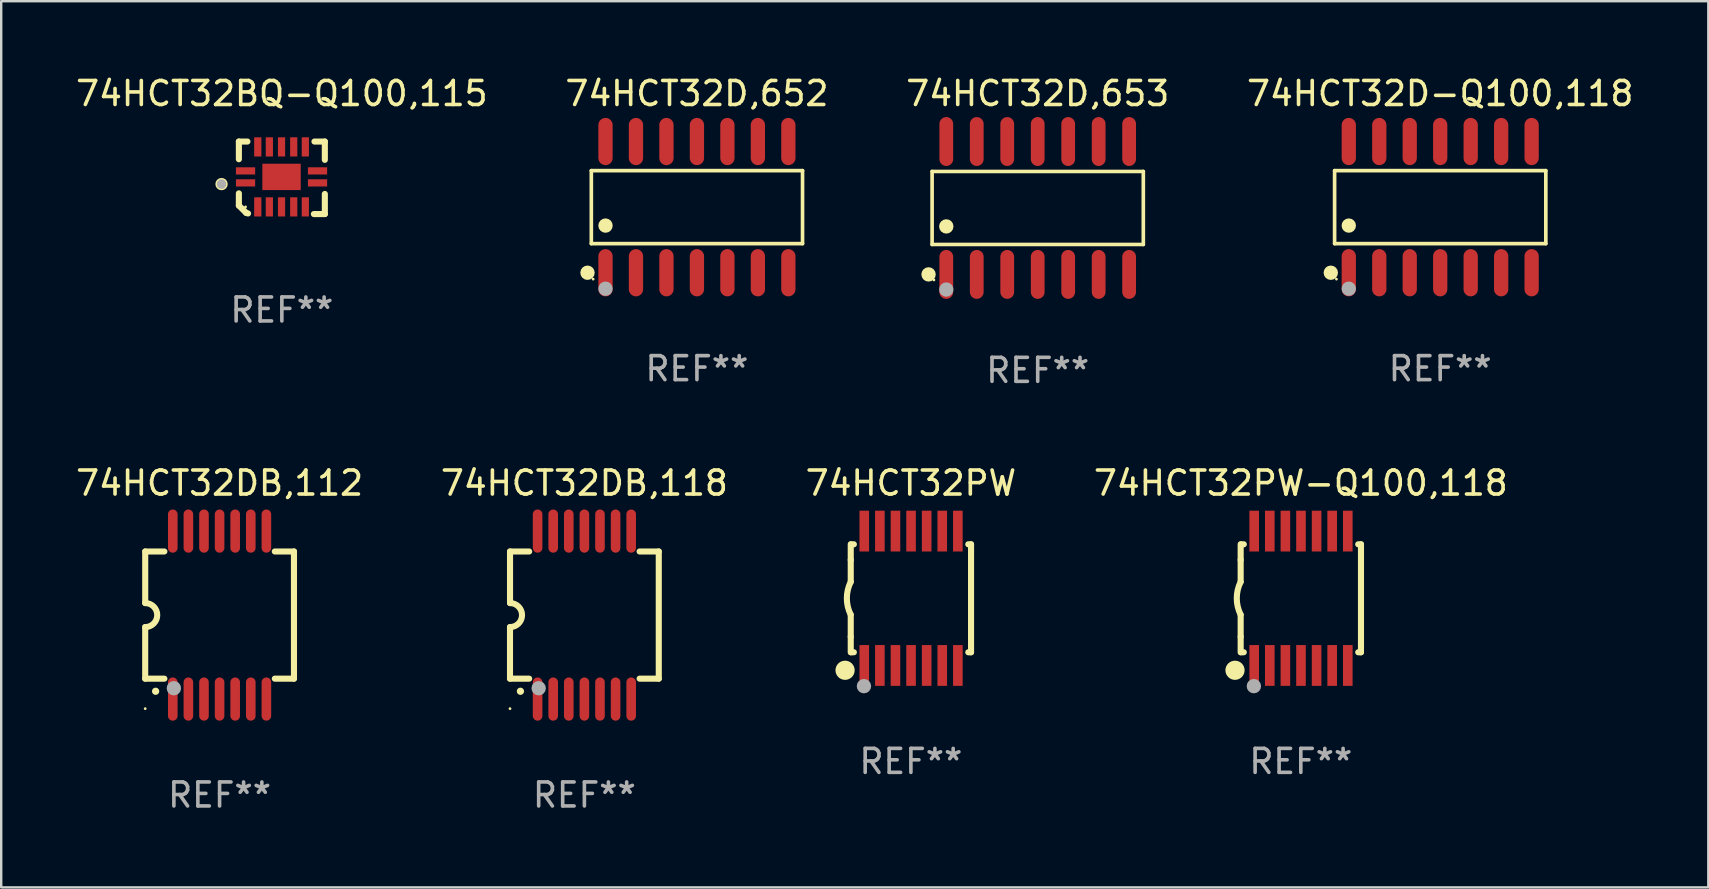
<source format=kicad_pcb>
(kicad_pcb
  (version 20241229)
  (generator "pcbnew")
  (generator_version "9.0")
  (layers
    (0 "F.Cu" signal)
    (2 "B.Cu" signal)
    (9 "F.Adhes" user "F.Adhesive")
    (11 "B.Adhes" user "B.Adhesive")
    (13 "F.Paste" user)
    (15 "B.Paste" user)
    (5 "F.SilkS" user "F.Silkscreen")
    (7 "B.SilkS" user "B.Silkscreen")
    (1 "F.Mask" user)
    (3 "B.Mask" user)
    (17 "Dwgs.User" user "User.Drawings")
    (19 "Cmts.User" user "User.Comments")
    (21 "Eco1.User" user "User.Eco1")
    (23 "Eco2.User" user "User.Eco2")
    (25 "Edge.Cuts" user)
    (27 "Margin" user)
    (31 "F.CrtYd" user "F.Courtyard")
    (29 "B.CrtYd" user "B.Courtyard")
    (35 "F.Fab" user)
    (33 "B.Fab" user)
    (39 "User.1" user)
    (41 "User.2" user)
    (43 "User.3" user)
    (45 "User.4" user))
  (footprint "74HCT32BQ-Q100,115"
    (layer "F.Cu")
    (at 8.696 4.36)
    (property "Reference" "74HCT32BQ-Q100,115" (at 0 -3.511 0) (layer "F.SilkS") (effects (font (size 1 1) (thickness 0.15))))
    (attr through_hole)
    (fp_line (start -1.791 -1.511) (end -1.435 -1.511) (stroke (width 0.254) (type solid)) (layer "F.SilkS"))
    (fp_line (start -1.791 -0.775) (end -1.791 -1.511) (stroke (width 0.254) (type solid)) (layer "F.SilkS"))
    (fp_line (start -1.791 1.156) (end -1.791 0.648) (stroke (width 0.254) (type solid)) (layer "F.SilkS"))
    (fp_line (start -1.486 1.461) (end -1.791 1.156) (stroke (width 0.254) (type solid)) (layer "F.SilkS"))
    (fp_line (start -1.41 1.486) (end -1.486 1.461) (stroke (width 0.254) (type solid)) (layer "F.SilkS"))
    (fp_line (start 1.334 1.511) (end 1.791 1.511) (stroke (width 0.254) (type solid)) (layer "F.SilkS"))
    (fp_line (start 1.791 -1.511) (end 1.359 -1.511) (stroke (width 0.254) (type solid)) (layer "F.SilkS"))
    (fp_line (start 1.791 -0.749) (end 1.791 -1.511) (stroke (width 0.254) (type solid)) (layer "F.SilkS"))
    (fp_line (start 1.791 1.511) (end 1.791 0.673) (stroke (width 0.254) (type solid)) (layer "F.SilkS"))
    (fp_circle (center -2.513 0.262) (end -2.383 0.262) (stroke (width 0.254) (type solid)) (fill no) (layer "F.SilkS"))
    (fp_circle (center -1.513 1.212) (end -1.483 1.212) (stroke (width 0.06) (type solid)) (fill no) (layer "F.SilkS"))
    (fp_circle (center -2.513 0.262) (end -2.413 0.262) (stroke (width 0.2) (type solid)) (fill no) (layer "F.Fab"))
    (fp_text user "REF**" (at 0 5.511 0) (layer "F.Fab") (effects (font (size 1 1) (thickness 0.15))))
    (pad "1" smd rect (at -1.513 0.212) (size 0.8 0.3) (layers "F.Cu" "F.Mask" "F.Paste"))
    (pad "2" smd rect (at -1.003 1.212) (size 0.3 0.8) (layers "F.Cu" "F.Mask" "F.Paste"))
    (pad "3" smd rect (at -0.521 1.212) (size 0.3 0.8) (layers "F.Cu" "F.Mask" "F.Paste"))
    (pad "4" smd rect (at -0.013 1.212) (size 0.3 0.8) (layers "F.Cu" "F.Mask" "F.Paste"))
    (pad "5" smd rect (at 0.495 1.212) (size 0.3 0.8) (layers "F.Cu" "F.Mask" "F.Paste"))
    (pad "6" smd rect (at 0.978 1.212) (size 0.3 0.8) (layers "F.Cu" "F.Mask" "F.Paste"))
    (pad "7" smd rect (at 1.487 0.212) (size 0.8 0.3) (layers "F.Cu" "F.Mask" "F.Paste"))
    (pad "8" smd rect (at 1.487 -0.288) (size 0.8 0.3) (layers "F.Cu" "F.Mask" "F.Paste"))
    (pad "9" smd rect (at 0.978 -1.288) (size 0.3 0.8) (layers "F.Cu" "F.Mask" "F.Paste"))
    (pad "10" smd rect (at 0.495 -1.288) (size 0.3 0.8) (layers "F.Cu" "F.Mask" "F.Paste"))
    (pad "11" smd rect (at -0.013 -1.288) (size 0.3 0.8) (layers "F.Cu" "F.Mask" "F.Paste"))
    (pad "12" smd rect (at -0.521 -1.288) (size 0.3 0.8) (layers "F.Cu" "F.Mask" "F.Paste"))
    (pad "13" smd rect (at -1.003 -1.288) (size 0.3 0.8) (layers "F.Cu" "F.Mask" "F.Paste"))
    (pad "14" smd rect (at -1.513 -0.288) (size 0.8 0.3) (layers "F.Cu" "F.Mask" "F.Paste"))
    (pad "15" smd rect (at -0.013 -0.038 90) (size 1.1 1.6) (layers "F.Cu" "F.Mask" "F.Paste")))
  (footprint "74HCT32DB,118"
    (layer "F.Cu")
    (at 21.304 22.583)
    (property "Reference" "74HCT32DB,118" (at 0 -5.5 0) (layer "F.SilkS") (effects (font (size 1 1) (thickness 0.15))))
    (attr through_hole)
    (fp_line (start -3.1 2.65) (end -3.1 0.5) (stroke (width 0.254) (type solid)) (layer "F.SilkS"))
    (fp_line (start -3.099 -2.65) (end -2.301 -2.65) (stroke (width 0.254) (type solid)) (layer "F.SilkS"))
    (fp_line (start -3.099 -0.5) (end -3.099 -2.65) (stroke (width 0.254) (type solid)) (layer "F.SilkS"))
    (fp_line (start -2.301 2.65) (end -3.1 2.65) (stroke (width 0.254) (type solid)) (layer "F.SilkS"))
    (fp_line (start 2.301 -2.65) (end 3.1 -2.65) (stroke (width 0.254) (type solid)) (layer "F.SilkS"))
    (fp_line (start 3.1 -2.65) (end 3.1 2.65) (stroke (width 0.254) (type solid)) (layer "F.SilkS"))
    (fp_line (start 3.1 2.65) (end 2.301 2.65) (stroke (width 0.254) (type solid)) (layer "F.SilkS"))
    (fp_arc (start -3.098806 -0.500381) (mid -2.598806 0) (end -3.098806 0.500381) (stroke (width 0.254001) (type solid)) (layer "F.SilkS"))
    (fp_arc (start -2.667005 3.175006) (mid -2.665735 3.175001) (end -2.664465 3.175006) (stroke (width 0.3) (type solid)) (layer "F.SilkS"))
    (fp_circle (center -3.1 3.9) (end -3.07 3.9) (stroke (width 0.06) (type solid)) (fill no) (layer "F.SilkS"))
    (fp_circle (center -1.905 3.048) (end -1.755 3.048) (stroke (width 0.3) (type solid)) (fill no) (layer "F.Fab"))
    (fp_text user "REF**" (at 0 7.5 0) (layer "F.Fab") (effects (font (size 1 1) (thickness 0.15))))
    (pad "1" smd oval (at -1.95 3.5 270) (size 1.8 0.4) (layers "F.Cu" "F.Mask" "F.Paste"))
    (pad "2" smd oval (at -1.3 3.5 270) (size 1.8 0.4) (layers "F.Cu" "F.Mask" "F.Paste"))
    (pad "3" smd oval (at -0.65 3.5 270) (size 1.8 0.4) (layers "F.Cu" "F.Mask" "F.Paste"))
    (pad "4" smd oval (at 0 3.5 270) (size 1.8 0.4) (layers "F.Cu" "F.Mask" "F.Paste"))
    (pad "5" smd oval (at 0.65 3.5 270) (size 1.8 0.4) (layers "F.Cu" "F.Mask" "F.Paste"))
    (pad "6" smd oval (at 1.3 3.5 270) (size 1.8 0.4) (layers "F.Cu" "F.Mask" "F.Paste"))
    (pad "7" smd oval (at 1.95 3.5 270) (size 1.8 0.4) (layers "F.Cu" "F.Mask" "F.Paste"))
    (pad "8" smd oval (at 1.95 -3.5 90) (size 1.8 0.4) (layers "F.Cu" "F.Mask" "F.Paste"))
    (pad "9" smd oval (at 1.3 -3.5 90) (size 1.8 0.4) (layers "F.Cu" "F.Mask" "F.Paste"))
    (pad "10" smd oval (at 0.65 -3.5 90) (size 1.8 0.4) (layers "F.Cu" "F.Mask" "F.Paste"))
    (pad "11" smd oval (at 0 -3.5 90) (size 1.8 0.4) (layers "F.Cu" "F.Mask" "F.Paste"))
    (pad "12" smd oval (at -0.65 -3.5 90) (size 1.8 0.4) (layers "F.Cu" "F.Mask" "F.Paste"))
    (pad "13" smd oval (at -1.3 -3.5 90) (size 1.8 0.4) (layers "F.Cu" "F.Mask" "F.Paste"))
    (pad "14" smd oval (at -1.95 -3.5 90) (size 1.8 0.4) (layers "F.Cu" "F.Mask" "F.Paste")))
  (footprint "74HCT32PW-Q100,118"
    (layer "F.Cu")
    (at 51.161 21.883)
    (property "Reference" "74HCT32PW-Q100,118" (at 0 -4.8 0) (layer "F.SilkS") (effects (font (size 1 1) (thickness 0.15))))
    (attr through_hole)
    (fp_line (start -2.507 -1.6) (end -2.507 -2.25) (stroke (width 0.254) (type solid)) (layer "F.SilkS"))
    (fp_line (start -2.507 -0.686) (end -2.507 -1.6) (stroke (width 0.254) (type solid)) (layer "F.SilkS"))
    (fp_line (start -2.507 1.6) (end -2.507 0.686) (stroke (width 0.254) (type solid)) (layer "F.SilkS"))
    (fp_line (start -2.507 1.6) (end -2.507 2.25) (stroke (width 0.254) (type solid)) (layer "F.SilkS"))
    (fp_line (start -2.493 -2.25) (end -2.377 -2.25) (stroke (width 0.254) (type solid)) (layer "F.SilkS"))
    (fp_line (start -2.377 2.25) (end -2.493 2.25) (stroke (width 0.254) (type solid)) (layer "F.SilkS"))
    (fp_line (start 2.392 -2.25) (end 2.507 -2.25) (stroke (width 0.254) (type solid)) (layer "F.SilkS"))
    (fp_line (start 2.507 -2.25) (end 2.507 2.25) (stroke (width 0.254) (type solid)) (layer "F.SilkS"))
    (fp_line (start 2.507 2.25) (end 2.392 2.25) (stroke (width 0.254) (type solid)) (layer "F.SilkS"))
    (fp_arc (start -2.507303 0.685802) (mid -2.669199 0) (end -2.507303 -0.685801) (stroke (width 0.254001) (type solid)) (layer "F.SilkS"))
    (fp_circle (center -2.743 3) (end -2.543 3) (stroke (width 0.4) (type solid)) (fill no) (layer "F.SilkS"))
    (fp_circle (center -2.493 3.2) (end -2.463 3.2) (stroke (width 0.06) (type solid)) (fill no) (layer "F.SilkS"))
    (fp_circle (center -1.957 3.662) (end -1.807 3.662) (stroke (width 0.3) (type solid)) (fill no) (layer "F.Fab"))
    (fp_text user "REF**" (at 0 6.8 0) (layer "F.Fab") (effects (font (size 1 1) (thickness 0.15))))
    (pad "1" smd rect (at -1.943 2.8) (size 0.4 1.7) (layers "F.Cu" "F.Mask" "F.Paste"))
    (pad "2" smd rect (at -1.293 2.8) (size 0.4 1.7) (layers "F.Cu" "F.Mask" "F.Paste"))
    (pad "3" smd rect (at -0.643 2.8) (size 0.4 1.7) (layers "F.Cu" "F.Mask" "F.Paste"))
    (pad "4" smd rect (at 0.007 2.8) (size 0.4 1.7) (layers "F.Cu" "F.Mask" "F.Paste"))
    (pad "5" smd rect (at 0.657 2.8) (size 0.4 1.7) (layers "F.Cu" "F.Mask" "F.Paste"))
    (pad "6" smd rect (at 1.307 2.8) (size 0.4 1.7) (layers "F.Cu" "F.Mask" "F.Paste"))
    (pad "7" smd rect (at 1.957 2.8) (size 0.4 1.7) (layers "F.Cu" "F.Mask" "F.Paste"))
    (pad "8" smd rect (at 1.957 -2.8) (size 0.4 1.7) (layers "F.Cu" "F.Mask" "F.Paste"))
    (pad "9" smd rect (at 1.307 -2.8) (size 0.4 1.7) (layers "F.Cu" "F.Mask" "F.Paste"))
    (pad "10" smd rect (at 0.657 -2.8) (size 0.4 1.7) (layers "F.Cu" "F.Mask" "F.Paste"))
    (pad "11" smd rect (at 0.007 -2.8) (size 0.4 1.7) (layers "F.Cu" "F.Mask" "F.Paste"))
    (pad "12" smd rect (at -0.643 -2.8) (size 0.4 1.7) (layers "F.Cu" "F.Mask" "F.Paste"))
    (pad "13" smd rect (at -1.293 -2.8) (size 0.4 1.7) (layers "F.Cu" "F.Mask" "F.Paste"))
    (pad "14" smd rect (at -1.943 -2.8) (size 0.4 1.7) (layers "F.Cu" "F.Mask" "F.Paste")))
  (footprint "74HCT32DB,112"
    (layer "F.Cu")
    (at 6.101 22.583)
    (property "Reference" "74HCT32DB,112" (at 0 -5.5 0) (layer "F.SilkS") (effects (font (size 1 1) (thickness 0.15))))
    (attr through_hole)
    (fp_line (start -3.1 2.65) (end -3.1 0.5) (stroke (width 0.254) (type solid)) (layer "F.SilkS"))
    (fp_line (start -3.099 -2.65) (end -2.301 -2.65) (stroke (width 0.254) (type solid)) (layer "F.SilkS"))
    (fp_line (start -3.099 -0.5) (end -3.099 -2.65) (stroke (width 0.254) (type solid)) (layer "F.SilkS"))
    (fp_line (start -2.301 2.65) (end -3.1 2.65) (stroke (width 0.254) (type solid)) (layer "F.SilkS"))
    (fp_line (start 2.301 -2.65) (end 3.1 -2.65) (stroke (width 0.254) (type solid)) (layer "F.SilkS"))
    (fp_line (start 3.1 -2.65) (end 3.1 2.65) (stroke (width 0.254) (type solid)) (layer "F.SilkS"))
    (fp_line (start 3.1 2.65) (end 2.301 2.65) (stroke (width 0.254) (type solid)) (layer "F.SilkS"))
    (fp_arc (start -3.098806 -0.500381) (mid -2.598806 0) (end -3.098806 0.500381) (stroke (width 0.254001) (type solid)) (layer "F.SilkS"))
    (fp_arc (start -2.667005 3.175006) (mid -2.665735 3.175001) (end -2.664465 3.175006) (stroke (width 0.3) (type solid)) (layer "F.SilkS"))
    (fp_circle (center -3.1 3.9) (end -3.07 3.9) (stroke (width 0.06) (type solid)) (fill no) (layer "F.SilkS"))
    (fp_circle (center -1.905 3.048) (end -1.755 3.048) (stroke (width 0.3) (type solid)) (fill no) (layer "F.Fab"))
    (fp_text user "REF**" (at 0 7.5 0) (layer "F.Fab") (effects (font (size 1 1) (thickness 0.15))))
    (pad "1" smd oval (at -1.95 3.5 270) (size 1.8 0.4) (layers "F.Cu" "F.Mask" "F.Paste"))
    (pad "2" smd oval (at -1.3 3.5 270) (size 1.8 0.4) (layers "F.Cu" "F.Mask" "F.Paste"))
    (pad "3" smd oval (at -0.65 3.5 270) (size 1.8 0.4) (layers "F.Cu" "F.Mask" "F.Paste"))
    (pad "4" smd oval (at 0 3.5 270) (size 1.8 0.4) (layers "F.Cu" "F.Mask" "F.Paste"))
    (pad "5" smd oval (at 0.65 3.5 270) (size 1.8 0.4) (layers "F.Cu" "F.Mask" "F.Paste"))
    (pad "6" smd oval (at 1.3 3.5 270) (size 1.8 0.4) (layers "F.Cu" "F.Mask" "F.Paste"))
    (pad "7" smd oval (at 1.95 3.5 270) (size 1.8 0.4) (layers "F.Cu" "F.Mask" "F.Paste"))
    (pad "8" smd oval (at 1.95 -3.5 90) (size 1.8 0.4) (layers "F.Cu" "F.Mask" "F.Paste"))
    (pad "9" smd oval (at 1.3 -3.5 90) (size 1.8 0.4) (layers "F.Cu" "F.Mask" "F.Paste"))
    (pad "10" smd oval (at 0.65 -3.5 90) (size 1.8 0.4) (layers "F.Cu" "F.Mask" "F.Paste"))
    (pad "11" smd oval (at 0 -3.5 90) (size 1.8 0.4) (layers "F.Cu" "F.Mask" "F.Paste"))
    (pad "12" smd oval (at -0.65 -3.5 90) (size 1.8 0.4) (layers "F.Cu" "F.Mask" "F.Paste"))
    (pad "13" smd oval (at -1.3 -3.5 90) (size 1.8 0.4) (layers "F.Cu" "F.Mask" "F.Paste"))
    (pad "14" smd oval (at -1.95 -3.5 90) (size 1.8 0.4) (layers "F.Cu" "F.Mask" "F.Paste")))
  (footprint "74HCT32D,653"
    (layer "F.Cu")
    (at 40.196 5.617)
    (property "Reference" "74HCT32D,653" (at 0 -4.769 0) (layer "F.SilkS") (effects (font (size 1 1) (thickness 0.15))))
    (attr through_hole)
    (fp_line (start -4.401 -1.521) (end 4.401 -1.521) (stroke (width 0.152) (type solid)) (layer "F.SilkS"))
    (fp_line (start -4.401 1.521) (end -4.401 -1.521) (stroke (width 0.152) (type solid)) (layer "F.SilkS"))
    (fp_line (start 4.401 -1.521) (end 4.401 1.521) (stroke (width 0.152) (type solid)) (layer "F.SilkS"))
    (fp_line (start 4.401 1.521) (end -4.401 1.521) (stroke (width 0.152) (type solid)) (layer "F.SilkS"))
    (fp_circle (center -4.549 2.769) (end -4.399 2.769) (stroke (width 0.3) (type solid)) (fill no) (layer "F.SilkS"))
    (fp_circle (center -4.325 3) (end -4.295 3) (stroke (width 0.06) (type solid)) (fill no) (layer "F.SilkS"))
    (fp_circle (center -3.81 0.769) (end -3.66 0.769) (stroke (width 0.3) (type solid)) (fill no) (layer "F.SilkS"))
    (fp_circle (center -3.81 3.4) (end -3.66 3.4) (stroke (width 0.3) (type solid)) (fill no) (layer "F.Fab"))
    (fp_text user "REF**" (at 0 6.769 0) (layer "F.Fab") (effects (font (size 1 1) (thickness 0.15))))
    (pad "1" smd oval (at -3.81 2.769) (size 0.574 2.038) (layers "F.Cu" "F.Mask" "F.Paste"))
    (pad "2" smd oval (at -2.54 2.769) (size 0.574 2.038) (layers "F.Cu" "F.Mask" "F.Paste"))
    (pad "3" smd oval (at -1.27 2.769) (size 0.574 2.038) (layers "F.Cu" "F.Mask" "F.Paste"))
    (pad "4" smd oval (at 0 2.769) (size 0.574 2.038) (layers "F.Cu" "F.Mask" "F.Paste"))
    (pad "5" smd oval (at 1.27 2.769) (size 0.574 2.038) (layers "F.Cu" "F.Mask" "F.Paste"))
    (pad "6" smd oval (at 2.54 2.769) (size 0.574 2.038) (layers "F.Cu" "F.Mask" "F.Paste"))
    (pad "7" smd oval (at 3.81 2.769) (size 0.574 2.038) (layers "F.Cu" "F.Mask" "F.Paste"))
    (pad "8" smd oval (at 3.81 -2.769) (size 0.574 2.038) (layers "F.Cu" "F.Mask" "F.Paste"))
    (pad "9" smd oval (at 2.54 -2.769) (size 0.574 2.038) (layers "F.Cu" "F.Mask" "F.Paste"))
    (pad "10" smd oval (at 1.27 -2.769) (size 0.574 2.038) (layers "F.Cu" "F.Mask" "F.Paste"))
    (pad "11" smd oval (at 0 -2.769) (size 0.574 2.038) (layers "F.Cu" "F.Mask" "F.Paste"))
    (pad "12" smd oval (at -1.27 -2.769) (size 0.574 2.038) (layers "F.Cu" "F.Mask" "F.Paste"))
    (pad "13" smd oval (at -2.54 -2.769) (size 0.574 2.038) (layers "F.Cu" "F.Mask" "F.Paste"))
    (pad "14" smd oval (at -3.81 -2.769) (size 0.574 2.038) (layers "F.Cu" "F.Mask" "F.Paste")))
  (footprint "74HCT32D,652"
    (layer "F.Cu")
    (at 25.994 5.582)
    (property "Reference" "74HCT32D,652" (at 0 -4.734 0) (layer "F.SilkS") (effects (font (size 1 1) (thickness 0.15))))
    (attr through_hole)
    (fp_line (start -4.401 -1.521) (end 4.401 -1.521) (stroke (width 0.152) (type solid)) (layer "F.SilkS"))
    (fp_line (start -4.401 1.521) (end -4.401 -1.521) (stroke (width 0.152) (type solid)) (layer "F.SilkS"))
    (fp_line (start 4.401 -1.521) (end 4.401 1.521) (stroke (width 0.152) (type solid)) (layer "F.SilkS"))
    (fp_line (start 4.401 1.521) (end -4.401 1.521) (stroke (width 0.152) (type solid)) (layer "F.SilkS"))
    (fp_circle (center -4.56 2.734) (end -4.41 2.734) (stroke (width 0.3) (type solid)) (fill no) (layer "F.SilkS"))
    (fp_circle (center -4.325 3) (end -4.295 3) (stroke (width 0.06) (type solid)) (fill no) (layer "F.SilkS"))
    (fp_circle (center -3.81 0.769) (end -3.66 0.769) (stroke (width 0.3) (type solid)) (fill no) (layer "F.SilkS"))
    (fp_circle (center -3.81 3.4) (end -3.66 3.4) (stroke (width 0.3) (type solid)) (fill no) (layer "F.Fab"))
    (fp_text user "REF**" (at 0 6.734 0) (layer "F.Fab") (effects (font (size 1 1) (thickness 0.15))))
    (pad "1" smd oval (at -3.81 2.734) (size 0.595 1.968) (layers "F.Cu" "F.Mask" "F.Paste"))
    (pad "2" smd oval (at -2.54 2.734) (size 0.595 1.968) (layers "F.Cu" "F.Mask" "F.Paste"))
    (pad "3" smd oval (at -1.27 2.734) (size 0.595 1.968) (layers "F.Cu" "F.Mask" "F.Paste"))
    (pad "4" smd oval (at 0 2.734) (size 0.595 1.968) (layers "F.Cu" "F.Mask" "F.Paste"))
    (pad "5" smd oval (at 1.27 2.734) (size 0.595 1.968) (layers "F.Cu" "F.Mask" "F.Paste"))
    (pad "6" smd oval (at 2.54 2.734) (size 0.595 1.968) (layers "F.Cu" "F.Mask" "F.Paste"))
    (pad "7" smd oval (at 3.81 2.734) (size 0.595 1.968) (layers "F.Cu" "F.Mask" "F.Paste"))
    (pad "8" smd oval (at 3.81 -2.734) (size 0.595 1.968) (layers "F.Cu" "F.Mask" "F.Paste"))
    (pad "9" smd oval (at 2.54 -2.734) (size 0.595 1.968) (layers "F.Cu" "F.Mask" "F.Paste"))
    (pad "10" smd oval (at 1.27 -2.734) (size 0.595 1.968) (layers "F.Cu" "F.Mask" "F.Paste"))
    (pad "11" smd oval (at 0 -2.734) (size 0.595 1.968) (layers "F.Cu" "F.Mask" "F.Paste"))
    (pad "12" smd oval (at -1.27 -2.734) (size 0.595 1.968) (layers "F.Cu" "F.Mask" "F.Paste"))
    (pad "13" smd oval (at -2.54 -2.734) (size 0.595 1.968) (layers "F.Cu" "F.Mask" "F.Paste"))
    (pad "14" smd oval (at -3.81 -2.734) (size 0.595 1.968) (layers "F.Cu" "F.Mask" "F.Paste")))
  (footprint "74HCT32PW"
    (layer "F.Cu")
    (at 34.911 21.883)
    (property "Reference" "74HCT32PW" (at 0 -4.8 0) (layer "F.SilkS") (effects (font (size 1 1) (thickness 0.15))))
    (attr through_hole)
    (fp_line (start -2.507 -1.6) (end -2.507 -2.25) (stroke (width 0.254) (type solid)) (layer "F.SilkS"))
    (fp_line (start -2.507 -0.686) (end -2.507 -1.6) (stroke (width 0.254) (type solid)) (layer "F.SilkS"))
    (fp_line (start -2.507 1.6) (end -2.507 0.686) (stroke (width 0.254) (type solid)) (layer "F.SilkS"))
    (fp_line (start -2.507 1.6) (end -2.507 2.25) (stroke (width 0.254) (type solid)) (layer "F.SilkS"))
    (fp_line (start -2.493 -2.25) (end -2.377 -2.25) (stroke (width 0.254) (type solid)) (layer "F.SilkS"))
    (fp_line (start -2.377 2.25) (end -2.493 2.25) (stroke (width 0.254) (type solid)) (layer "F.SilkS"))
    (fp_line (start 2.392 -2.25) (end 2.507 -2.25) (stroke (width 0.254) (type solid)) (layer "F.SilkS"))
    (fp_line (start 2.507 -2.25) (end 2.507 2.25) (stroke (width 0.254) (type solid)) (layer "F.SilkS"))
    (fp_line (start 2.507 2.25) (end 2.392 2.25) (stroke (width 0.254) (type solid)) (layer "F.SilkS"))
    (fp_arc (start -2.507303 0.685802) (mid -2.669199 0) (end -2.507303 -0.685801) (stroke (width 0.254001) (type solid)) (layer "F.SilkS"))
    (fp_circle (center -2.743 3) (end -2.543 3) (stroke (width 0.4) (type solid)) (fill no) (layer "F.SilkS"))
    (fp_circle (center -2.493 3.2) (end -2.463 3.2) (stroke (width 0.06) (type solid)) (fill no) (layer "F.SilkS"))
    (fp_circle (center -1.957 3.662) (end -1.807 3.662) (stroke (width 0.3) (type solid)) (fill no) (layer "F.Fab"))
    (fp_text user "REF**" (at 0 6.8 0) (layer "F.Fab") (effects (font (size 1 1) (thickness 0.15))))
    (pad "1" smd rect (at -1.943 2.8) (size 0.4 1.7) (layers "F.Cu" "F.Mask" "F.Paste"))
    (pad "2" smd rect (at -1.293 2.8) (size 0.4 1.7) (layers "F.Cu" "F.Mask" "F.Paste"))
    (pad "3" smd rect (at -0.643 2.8) (size 0.4 1.7) (layers "F.Cu" "F.Mask" "F.Paste"))
    (pad "4" smd rect (at 0.007 2.8) (size 0.4 1.7) (layers "F.Cu" "F.Mask" "F.Paste"))
    (pad "5" smd rect (at 0.657 2.8) (size 0.4 1.7) (layers "F.Cu" "F.Mask" "F.Paste"))
    (pad "6" smd rect (at 1.307 2.8) (size 0.4 1.7) (layers "F.Cu" "F.Mask" "F.Paste"))
    (pad "7" smd rect (at 1.957 2.8) (size 0.4 1.7) (layers "F.Cu" "F.Mask" "F.Paste"))
    (pad "8" smd rect (at 1.957 -2.8) (size 0.4 1.7) (layers "F.Cu" "F.Mask" "F.Paste"))
    (pad "9" smd rect (at 1.307 -2.8) (size 0.4 1.7) (layers "F.Cu" "F.Mask" "F.Paste"))
    (pad "10" smd rect (at 0.657 -2.8) (size 0.4 1.7) (layers "F.Cu" "F.Mask" "F.Paste"))
    (pad "11" smd rect (at 0.007 -2.8) (size 0.4 1.7) (layers "F.Cu" "F.Mask" "F.Paste"))
    (pad "12" smd rect (at -0.643 -2.8) (size 0.4 1.7) (layers "F.Cu" "F.Mask" "F.Paste"))
    (pad "13" smd rect (at -1.293 -2.8) (size 0.4 1.7) (layers "F.Cu" "F.Mask" "F.Paste"))
    (pad "14" smd rect (at -1.943 -2.8) (size 0.4 1.7) (layers "F.Cu" "F.Mask" "F.Paste")))
  (footprint "74HCT32D-Q100,118"
    (layer "F.Cu")
    (at 56.97 5.582)
    (property "Reference" "74HCT32D-Q100,118" (at 0 -4.734 0) (layer "F.SilkS") (effects (font (size 1 1) (thickness 0.15))))
    (attr through_hole)
    (fp_line (start -4.401 -1.521) (end 4.401 -1.521) (stroke (width 0.152) (type solid)) (layer "F.SilkS"))
    (fp_line (start -4.401 1.521) (end -4.401 -1.521) (stroke (width 0.152) (type solid)) (layer "F.SilkS"))
    (fp_line (start 4.401 -1.521) (end 4.401 1.521) (stroke (width 0.152) (type solid)) (layer "F.SilkS"))
    (fp_line (start 4.401 1.521) (end -4.401 1.521) (stroke (width 0.152) (type solid)) (layer "F.SilkS"))
    (fp_circle (center -4.56 2.734) (end -4.41 2.734) (stroke (width 0.3) (type solid)) (fill no) (layer "F.SilkS"))
    (fp_circle (center -4.325 3) (end -4.295 3) (stroke (width 0.06) (type solid)) (fill no) (layer "F.SilkS"))
    (fp_circle (center -3.81 0.769) (end -3.66 0.769) (stroke (width 0.3) (type solid)) (fill no) (layer "F.SilkS"))
    (fp_circle (center -3.81 3.4) (end -3.66 3.4) (stroke (width 0.3) (type solid)) (fill no) (layer "F.Fab"))
    (fp_text user "REF**" (at 0 6.734 0) (layer "F.Fab") (effects (font (size 1 1) (thickness 0.15))))
    (pad "1" smd oval (at -3.81 2.734) (size 0.595 1.968) (layers "F.Cu" "F.Mask" "F.Paste"))
    (pad "2" smd oval (at -2.54 2.734) (size 0.595 1.968) (layers "F.Cu" "F.Mask" "F.Paste"))
    (pad "3" smd oval (at -1.27 2.734) (size 0.595 1.968) (layers "F.Cu" "F.Mask" "F.Paste"))
    (pad "4" smd oval (at 0 2.734) (size 0.595 1.968) (layers "F.Cu" "F.Mask" "F.Paste"))
    (pad "5" smd oval (at 1.27 2.734) (size 0.595 1.968) (layers "F.Cu" "F.Mask" "F.Paste"))
    (pad "6" smd oval (at 2.54 2.734) (size 0.595 1.968) (layers "F.Cu" "F.Mask" "F.Paste"))
    (pad "7" smd oval (at 3.81 2.734) (size 0.595 1.968) (layers "F.Cu" "F.Mask" "F.Paste"))
    (pad "8" smd oval (at 3.81 -2.734) (size 0.595 1.968) (layers "F.Cu" "F.Mask" "F.Paste"))
    (pad "9" smd oval (at 2.54 -2.734) (size 0.595 1.968) (layers "F.Cu" "F.Mask" "F.Paste"))
    (pad "10" smd oval (at 1.27 -2.734) (size 0.595 1.968) (layers "F.Cu" "F.Mask" "F.Paste"))
    (pad "11" smd oval (at 0 -2.734) (size 0.595 1.968) (layers "F.Cu" "F.Mask" "F.Paste"))
    (pad "12" smd oval (at -1.27 -2.734) (size 0.595 1.968) (layers "F.Cu" "F.Mask" "F.Paste"))
    (pad "13" smd oval (at -2.54 -2.734) (size 0.595 1.968) (layers "F.Cu" "F.Mask" "F.Paste"))
    (pad "14" smd oval (at -3.81 -2.734) (size 0.595 1.968) (layers "F.Cu" "F.Mask" "F.Paste")))
  (gr_rect
    (start -3 -3)
    (end 68.143 33.931)
    (stroke (width 0.1) (type default))
    (fill no)
    (layer "Edge.Cuts")))
</source>
